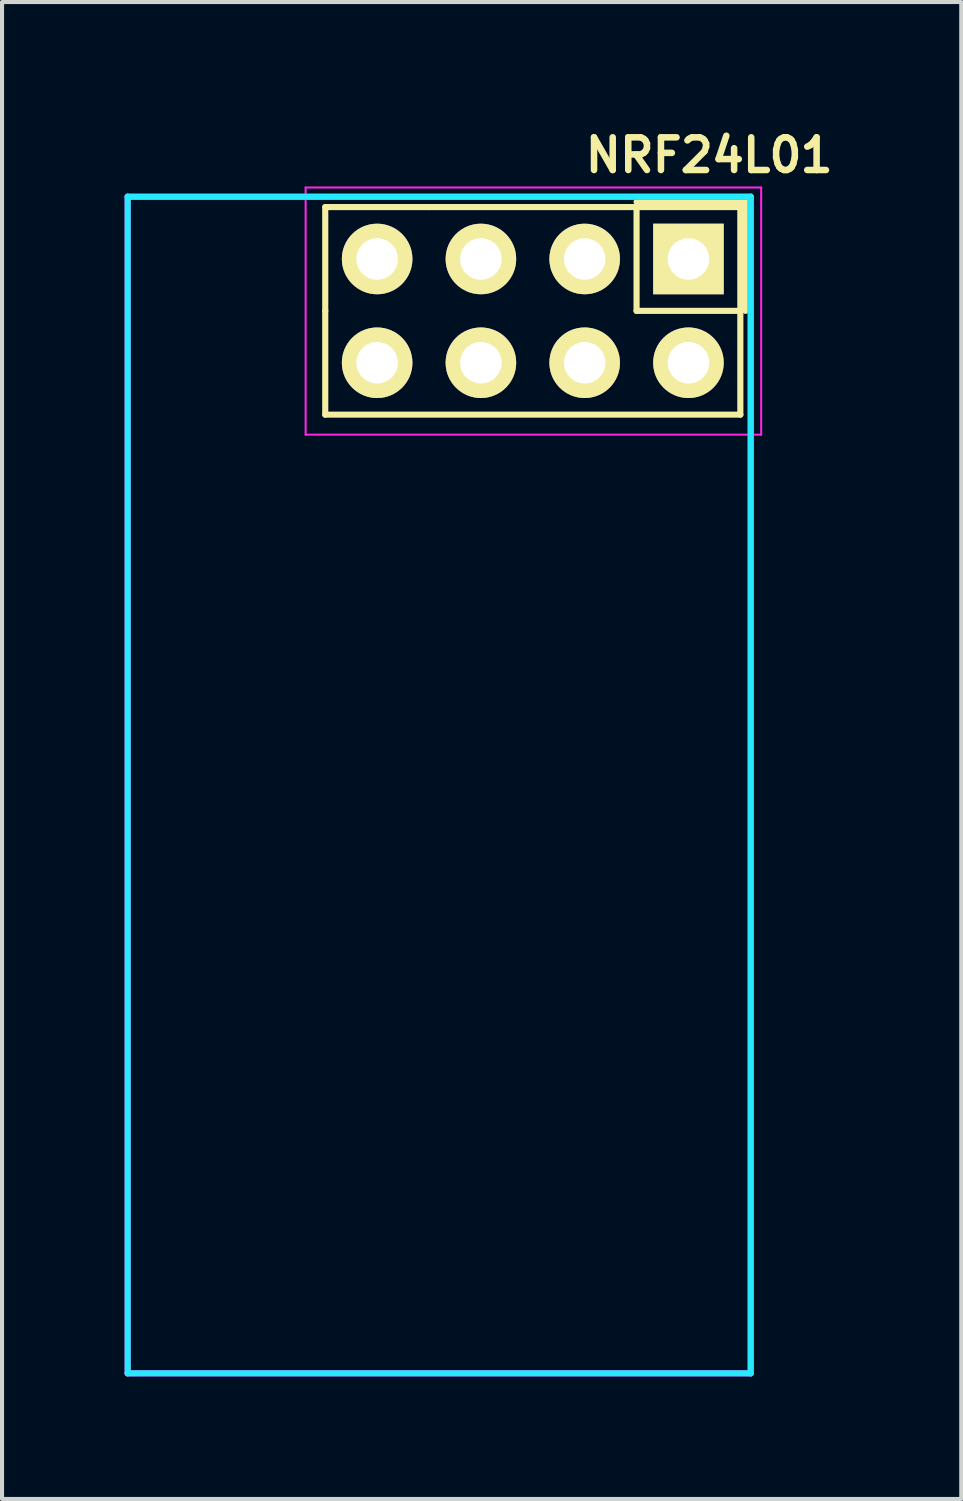
<source format=kicad_pcb>
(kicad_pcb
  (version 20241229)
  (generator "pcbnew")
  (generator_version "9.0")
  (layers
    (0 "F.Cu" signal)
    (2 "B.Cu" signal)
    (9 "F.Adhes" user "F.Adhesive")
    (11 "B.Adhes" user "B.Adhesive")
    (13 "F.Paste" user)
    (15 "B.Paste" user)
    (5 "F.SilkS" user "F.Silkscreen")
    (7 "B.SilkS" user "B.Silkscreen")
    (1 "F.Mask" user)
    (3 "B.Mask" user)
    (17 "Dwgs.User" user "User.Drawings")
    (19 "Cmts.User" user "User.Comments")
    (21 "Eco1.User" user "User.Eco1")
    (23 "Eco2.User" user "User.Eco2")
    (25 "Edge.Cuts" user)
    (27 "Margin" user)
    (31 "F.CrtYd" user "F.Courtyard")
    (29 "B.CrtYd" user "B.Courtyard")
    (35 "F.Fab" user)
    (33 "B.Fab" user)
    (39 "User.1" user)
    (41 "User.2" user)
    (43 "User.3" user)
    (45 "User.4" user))
  (footprint "NRF24L01"
    (layer "F.Cu")
    (at 15.325 1.765)
    (property "Reference" "NRF24L01" (at -1.016 -1.016 0) (layer "F.SilkS") (effects (font (size 0.8 0.8) (thickness 0.16))))
    (attr through_hole)
    (fp_line (start -10.414 0.254) (end -10.414 2.794) (stroke (width 0.15) (type solid)) (layer "F.SilkS"))
    (fp_line (start -10.414 5.334) (end -10.414 2.794) (stroke (width 0.15) (type solid)) (layer "F.SilkS"))
    (fp_line (start -7.874 0.254) (end -10.414 0.254) (stroke (width 0.15) (type solid)) (layer "F.SilkS"))
    (fp_line (start -7.874 0.254) (end -0.254 0.254) (stroke (width 0.15) (type solid)) (layer "F.SilkS"))
    (fp_line (start -2.794 0.127) (end -0.127 0.127) (stroke (width 0.15) (type solid)) (layer "F.SilkS"))
    (fp_line (start -2.794 0.254) (end -2.794 2.794) (stroke (width 0.15) (type solid)) (layer "F.SilkS"))
    (fp_line (start -2.794 2.794) (end -0.254 2.794) (stroke (width 0.15) (type solid)) (layer "F.SilkS"))
    (fp_line (start -0.254 0.254) (end -0.254 5.334) (stroke (width 0.15) (type solid)) (layer "F.SilkS"))
    (fp_line (start -0.254 5.334) (end -10.414 5.334) (stroke (width 0.15) (type solid)) (layer "F.SilkS"))
    (fp_line (start -0.127 0.127) (end -0.127 2.794) (stroke (width 0.15) (type solid)) (layer "F.SilkS"))
    (fp_line (start -15.25 0) (end -15.25 28.8) (stroke (width 0.15) (type solid)) (layer "B.CrtYd"))
    (fp_line (start -15.25 28.8) (end 0 28.8) (stroke (width 0.15) (type solid)) (layer "B.CrtYd"))
    (fp_line (start 0 0) (end -15.25 0) (stroke (width 0.15) (type solid)) (layer "B.CrtYd"))
    (fp_line (start 0 28.8) (end 0 0) (stroke (width 0.15) (type solid)) (layer "B.CrtYd"))
    (fp_line (start -15.25 0) (end -15.25 28.8) (stroke (width 0.15) (type solid)) (layer "F.CrtYd"))
    (fp_line (start -15.25 28.8) (end 0 28.8) (stroke (width 0.15) (type solid)) (layer "F.CrtYd"))
    (fp_line (start -10.894 -0.226) (end -10.894 5.824) (stroke (width 0.05) (type solid)) (layer "F.CrtYd"))
    (fp_line (start -10.894 -0.226) (end 0.256 -0.226) (stroke (width 0.05) (type solid)) (layer "F.CrtYd"))
    (fp_line (start -10.894 5.824) (end 0.256 5.824) (stroke (width 0.05) (type solid)) (layer "F.CrtYd"))
    (fp_line (start 0 0) (end -15.25 0) (stroke (width 0.15) (type solid)) (layer "F.CrtYd"))
    (fp_line (start 0 28.8) (end 0 0) (stroke (width 0.15) (type solid)) (layer "F.CrtYd"))
    (fp_line (start 0.256 -0.226) (end 0.256 5.824) (stroke (width 0.05) (type solid)) (layer "F.CrtYd"))
    (pad "1" thru_hole rect (at -1.524 1.524) (size 1.727 1.727) (drill 1.016) (layers "*.Cu" "*.Mask" "F.SilkS"))
    (pad "2" thru_hole oval (at -1.524 4.064) (size 1.727 1.727) (drill 1.016) (layers "*.Cu" "*.Mask" "F.SilkS"))
    (pad "3" thru_hole oval (at -4.064 1.524) (size 1.727 1.727) (drill 1.016) (layers "*.Cu" "*.Mask" "F.SilkS"))
    (pad "4" thru_hole oval (at -4.064 4.064) (size 1.727 1.727) (drill 1.016) (layers "*.Cu" "*.Mask" "F.SilkS"))
    (pad "5" thru_hole oval (at -6.604 1.524) (size 1.727 1.727) (drill 1.016) (layers "*.Cu" "*.Mask" "F.SilkS"))
    (pad "6" thru_hole oval (at -6.604 4.064) (size 1.727 1.727) (drill 1.016) (layers "*.Cu" "*.Mask" "F.SilkS"))
    (pad "7" thru_hole oval (at -9.144 1.524) (size 1.727 1.727) (drill 1.016) (layers "*.Cu" "*.Mask" "F.SilkS"))
    (pad "8" thru_hole oval (at -9.144 4.064) (size 1.727 1.727) (drill 1.016) (layers "*.Cu" "*.Mask" "F.SilkS")))
  (gr_rect
    (start -3 -3)
    (end 20.479 33.64)
    (stroke (width 0.1) (type default))
    (fill no)
    (layer "Edge.Cuts")))
</source>
